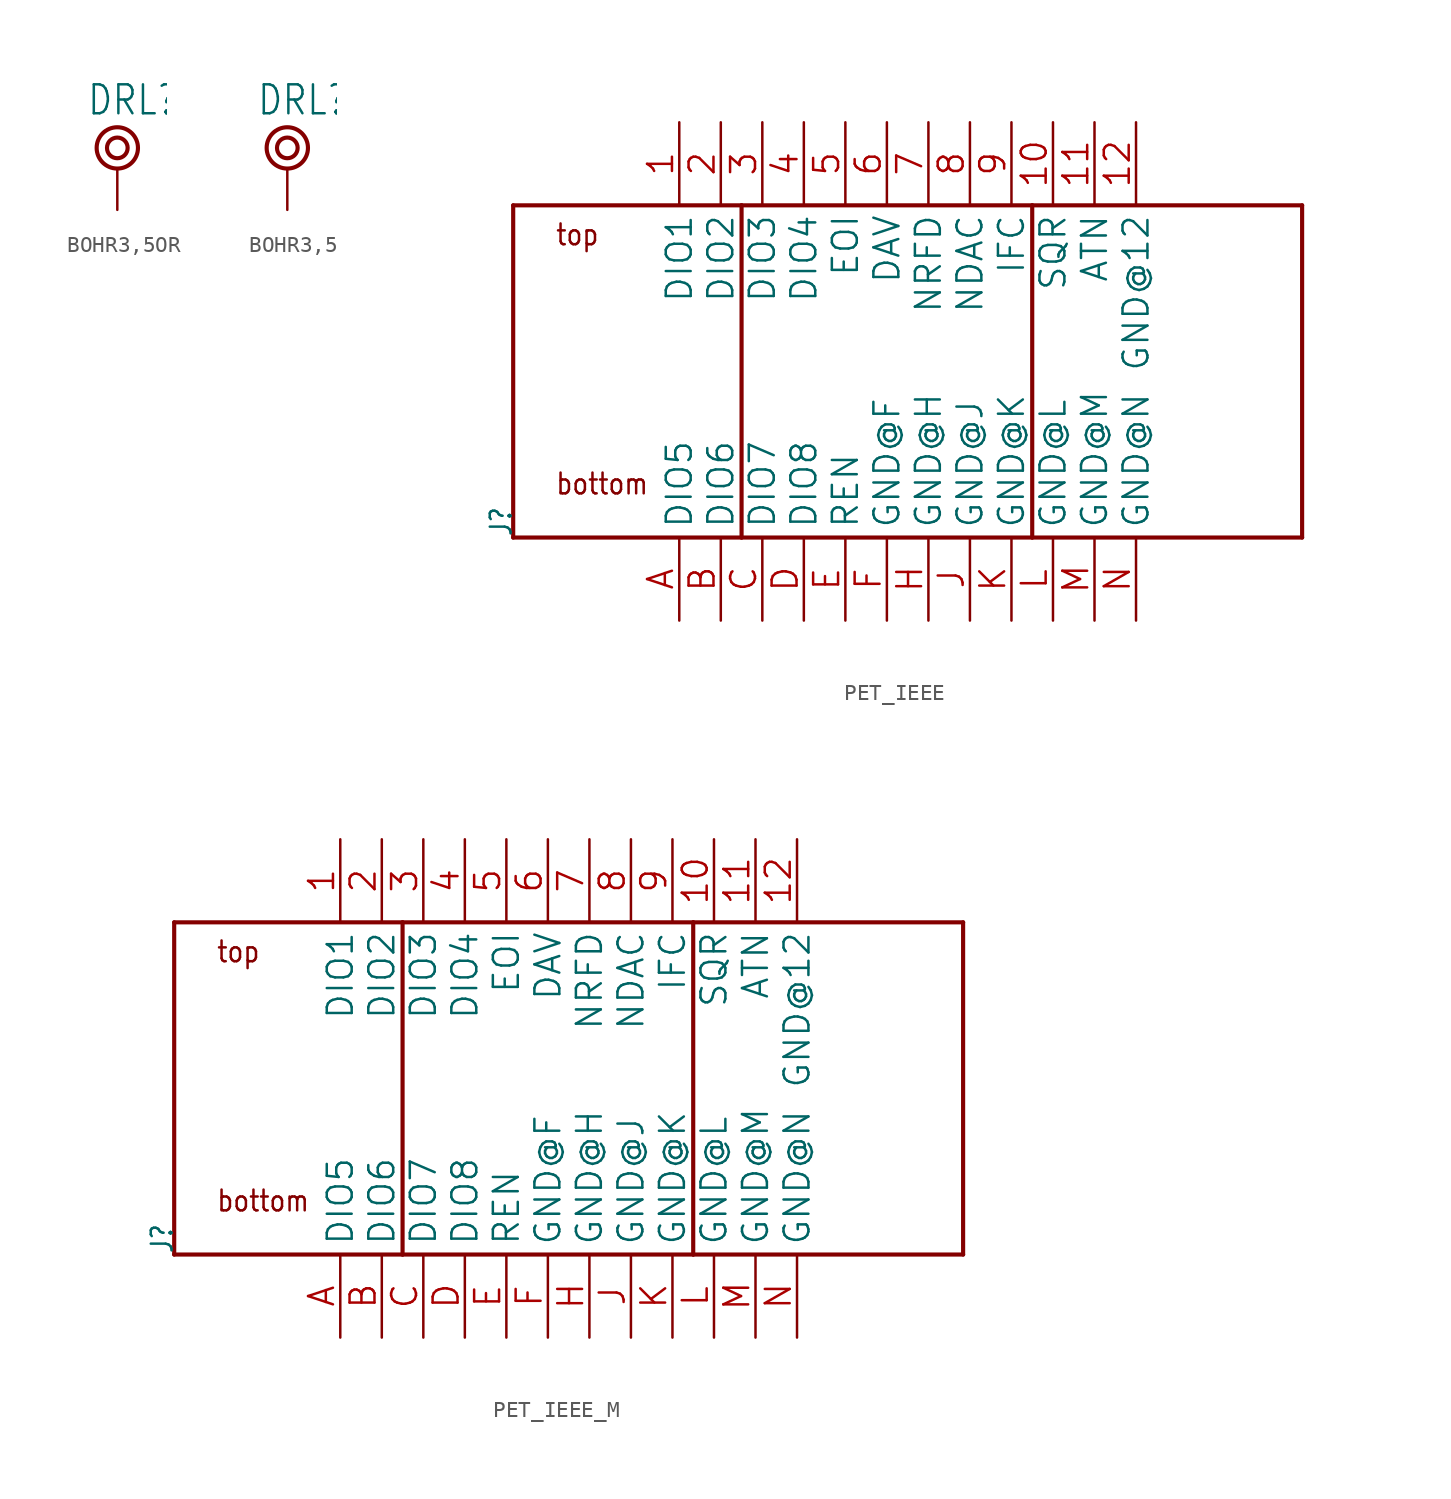
<source format=kicad_sym>
(kicad_symbol_lib
  (version 20241209)
  (generator "kicad_symbol_editor")
  (generator_version "9.0")
  (symbol "BOHR3,5OR"
    (property "Reference" "DRL"
      (at -1.905 1.905 0)
      (effects (font (size 1.778 1.511)) (justify left bottom)))
    (property "ki_locked" ""
      (at 0 0 0)
      (effects (font (size 1.27 1.27))))
    (symbol "BOHR3,5OR_1_0"
      (circle (center 0 0) (radius 0.635) (stroke (width 0.254) (type solid)) (fill (type none)))
      (circle (center 0 0) (radius 1.27) (stroke (width 0.254) (type solid)) (fill (type none)))
      (pin passive line (at 0 -3.81 90) (length 2.54) (name "P$1" (effects (font (size 0 0)))) (number "P$1" (effects (font (size 0 0)))))))
  (symbol "BOHR3,5"
    (property "Reference" "DRL"
      (at -1.905 1.905 0)
      (effects (font (size 1.778 1.511)) (justify left bottom)))
    (property "ki_locked" ""
      (at 0 0 0)
      (effects (font (size 1.27 1.27))))
    (symbol "BOHR3,5_1_0"
      (circle (center 0 0) (radius 0.635) (stroke (width 0.254) (type solid)) (fill (type none)))
      (circle (center 0 0) (radius 1.27) (stroke (width 0.254) (type solid)) (fill (type none)))
      (pin passive line (at 0 -3.81 90) (length 2.54) (name "P$1" (effects (font (size 0 0)))) (number "P$1" (effects (font (size 0 0)))))))
  (symbol "PET_IEEE"
    (property "Reference" "J"
      (at -22.86 -10.16 90)
      (effects (font (size 1.27 1.079)) (justify left bottom)))
    (property "Value" ""
      (at 25.4 -7.62 90)
      (effects (font (size 1.27 1.079)) (justify left bottom)))
    (property "ki_locked" ""
      (at 0 0 0)
      (effects (font (size 1.27 1.27))))
    (symbol "PET_IEEE_1_0"
      (polyline (pts (xy -22.86 10.16) (xy -8.89 10.16)) (stroke (width 0.254) (type solid)) (fill (type none)))
      (polyline (pts (xy -22.86 -10.16) (xy -22.86 10.16)) (stroke (width 0.254) (type solid)) (fill (type none)))
      (polyline (pts (xy -8.89 10.16) (xy -8.89 -10.16)) (stroke (width 0.254) (type solid)) (fill (type none)))
      (polyline (pts (xy -8.89 10.16) (xy 8.89 10.16)) (stroke (width 0.254) (type solid)) (fill (type none)))
      (polyline (pts (xy -8.89 -10.16) (xy -22.86 -10.16)) (stroke (width 0.254) (type solid)) (fill (type none)))
      (polyline (pts (xy 8.89 10.16) (xy 8.89 -10.16)) (stroke (width 0.254) (type solid)) (fill (type none)))
      (polyline (pts (xy 8.89 10.16) (xy 25.4 10.16)) (stroke (width 0.254) (type solid)) (fill (type none)))
      (polyline (pts (xy 8.89 -10.16) (xy -8.89 -10.16)) (stroke (width 0.254) (type solid)) (fill (type none)))
      (polyline (pts (xy 25.4 10.16) (xy 25.4 -10.16)) (stroke (width 0.254) (type solid)) (fill (type none)))
      (polyline (pts (xy 25.4 -10.16) (xy 8.89 -10.16)) (stroke (width 0.254) (type solid)) (fill (type none)))
      (text "top" (at -20.32 7.62 0) (effects (font (size 1.27 1.079)) (justify left bottom)))
      (text "bottom" (at -20.32 -7.62 0) (effects (font (size 1.27 1.079)) (justify left bottom)))
      (pin bidirectional line (at -12.7 15.24 270) (length 5.08) (name "DIO1" (effects (font (size 1.524 1.524)))) (number "1" (effects (font (size 1.524 1.524)))))
      (pin bidirectional line (at -12.7 -15.24 90) (length 5.08) (name "DIO5" (effects (font (size 1.524 1.524)))) (number "A" (effects (font (size 1.524 1.524)))))
      (pin bidirectional line (at -10.16 15.24 270) (length 5.08) (name "DIO2" (effects (font (size 1.524 1.524)))) (number "2" (effects (font (size 1.524 1.524)))))
      (pin bidirectional line (at -10.16 -15.24 90) (length 5.08) (name "DIO6" (effects (font (size 1.524 1.524)))) (number "B" (effects (font (size 1.524 1.524)))))
      (pin bidirectional line (at -7.62 15.24 270) (length 5.08) (name "DIO3" (effects (font (size 1.524 1.524)))) (number "3" (effects (font (size 1.524 1.524)))))
      (pin bidirectional line (at -7.62 -15.24 90) (length 5.08) (name "DIO7" (effects (font (size 1.524 1.524)))) (number "C" (effects (font (size 1.524 1.524)))))
      (pin bidirectional line (at -5.08 15.24 270) (length 5.08) (name "DIO4" (effects (font (size 1.524 1.524)))) (number "4" (effects (font (size 1.524 1.524)))))
      (pin bidirectional line (at -5.08 -15.24 90) (length 5.08) (name "DIO8" (effects (font (size 1.524 1.524)))) (number "D" (effects (font (size 1.524 1.524)))))
      (pin input line (at -2.54 15.24 270) (length 5.08) (name "EOI" (effects (font (size 1.524 1.524)))) (number "5" (effects (font (size 1.524 1.524)))))
      (pin bidirectional line (at -2.54 -15.24 90) (length 5.08) (name "REN" (effects (font (size 1.524 1.524)))) (number "E" (effects (font (size 1.524 1.524)))))
      (pin bidirectional line (at 0 15.24 270) (length 5.08) (name "DAV" (effects (font (size 1.524 1.524)))) (number "6" (effects (font (size 1.524 1.524)))))
      (pin power_in line (at 0 -15.24 90) (length 5.08) (name "GND@F" (effects (font (size 1.524 1.524)))) (number "F" (effects (font (size 1.524 1.524)))))
      (pin bidirectional line (at 2.54 15.24 270) (length 5.08) (name "NRFD" (effects (font (size 1.524 1.524)))) (number "7" (effects (font (size 1.524 1.524)))))
      (pin power_in line (at 2.54 -15.24 90) (length 5.08) (name "GND@H" (effects (font (size 1.524 1.524)))) (number "H" (effects (font (size 1.524 1.524)))))
      (pin bidirectional line (at 5.08 15.24 270) (length 5.08) (name "NDAC" (effects (font (size 1.524 1.524)))) (number "8" (effects (font (size 1.524 1.524)))))
      (pin power_in line (at 5.08 -15.24 90) (length 5.08) (name "GND@J" (effects (font (size 1.524 1.524)))) (number "J" (effects (font (size 1.524 1.524)))))
      (pin bidirectional line (at 7.62 15.24 270) (length 5.08) (name "IFC" (effects (font (size 1.524 1.524)))) (number "9" (effects (font (size 1.524 1.524)))))
      (pin power_in line (at 7.62 -15.24 90) (length 5.08) (name "GND@K" (effects (font (size 1.524 1.524)))) (number "K" (effects (font (size 1.524 1.524)))))
      (pin bidirectional line (at 10.16 15.24 270) (length 5.08) (name "SQR" (effects (font (size 1.524 1.524)))) (number "10" (effects (font (size 1.524 1.524)))))
      (pin power_in line (at 10.16 -15.24 90) (length 5.08) (name "GND@L" (effects (font (size 1.524 1.524)))) (number "L" (effects (font (size 1.524 1.524)))))
      (pin output line (at 12.7 15.24 270) (length 5.08) (name "ATN" (effects (font (size 1.524 1.524)))) (number "11" (effects (font (size 1.524 1.524)))))
      (pin power_in line (at 12.7 -15.24 90) (length 5.08) (name "GND@M" (effects (font (size 1.524 1.524)))) (number "M" (effects (font (size 1.524 1.524)))))
      (pin power_in line (at 15.24 15.24 270) (length 5.08) (name "GND@12" (effects (font (size 1.524 1.524)))) (number "12" (effects (font (size 1.524 1.524)))))
      (pin power_in line (at 15.24 -15.24 90) (length 5.08) (name "GND@N" (effects (font (size 1.524 1.524)))) (number "N" (effects (font (size 1.524 1.524)))))))
  (symbol "PET_IEEE_M"
    (property "Reference" "J"
      (at -22.86 -10.16 90)
      (effects (font (size 1.27 1.079)) (justify left bottom)))
    (property "Value" ""
      (at 25.4 -7.62 90)
      (effects (font (size 1.27 1.079)) (justify left bottom)))
    (property "ki_locked" ""
      (at 0 0 0)
      (effects (font (size 1.27 1.27))))
    (symbol "PET_IEEE_M_1_0"
      (polyline (pts (xy -22.86 10.16) (xy -8.89 10.16)) (stroke (width 0.254) (type solid)) (fill (type none)))
      (polyline (pts (xy -22.86 -10.16) (xy -22.86 10.16)) (stroke (width 0.254) (type solid)) (fill (type none)))
      (polyline (pts (xy -8.89 10.16) (xy -8.89 -10.16)) (stroke (width 0.254) (type solid)) (fill (type none)))
      (polyline (pts (xy -8.89 10.16) (xy 8.89 10.16)) (stroke (width 0.254) (type solid)) (fill (type none)))
      (polyline (pts (xy -8.89 -10.16) (xy -22.86 -10.16)) (stroke (width 0.254) (type solid)) (fill (type none)))
      (polyline (pts (xy 8.89 10.16) (xy 8.89 -10.16)) (stroke (width 0.254) (type solid)) (fill (type none)))
      (polyline (pts (xy 8.89 10.16) (xy 25.4 10.16)) (stroke (width 0.254) (type solid)) (fill (type none)))
      (polyline (pts (xy 8.89 -10.16) (xy -8.89 -10.16)) (stroke (width 0.254) (type solid)) (fill (type none)))
      (polyline (pts (xy 25.4 10.16) (xy 25.4 -10.16)) (stroke (width 0.254) (type solid)) (fill (type none)))
      (polyline (pts (xy 25.4 -10.16) (xy 8.89 -10.16)) (stroke (width 0.254) (type solid)) (fill (type none)))
      (text "top" (at -20.32 7.62 0) (effects (font (size 1.27 1.079)) (justify left bottom)))
      (text "bottom" (at -20.32 -7.62 0) (effects (font (size 1.27 1.079)) (justify left bottom)))
      (pin bidirectional line (at -12.7 15.24 270) (length 5.08) (name "DIO1" (effects (font (size 1.524 1.524)))) (number "1" (effects (font (size 1.524 1.524)))))
      (pin bidirectional line (at -12.7 -15.24 90) (length 5.08) (name "DIO5" (effects (font (size 1.524 1.524)))) (number "A" (effects (font (size 1.524 1.524)))))
      (pin bidirectional line (at -10.16 15.24 270) (length 5.08) (name "DIO2" (effects (font (size 1.524 1.524)))) (number "2" (effects (font (size 1.524 1.524)))))
      (pin bidirectional line (at -10.16 -15.24 90) (length 5.08) (name "DIO6" (effects (font (size 1.524 1.524)))) (number "B" (effects (font (size 1.524 1.524)))))
      (pin bidirectional line (at -7.62 15.24 270) (length 5.08) (name "DIO3" (effects (font (size 1.524 1.524)))) (number "3" (effects (font (size 1.524 1.524)))))
      (pin bidirectional line (at -7.62 -15.24 90) (length 5.08) (name "DIO7" (effects (font (size 1.524 1.524)))) (number "C" (effects (font (size 1.524 1.524)))))
      (pin bidirectional line (at -5.08 15.24 270) (length 5.08) (name "DIO4" (effects (font (size 1.524 1.524)))) (number "4" (effects (font (size 1.524 1.524)))))
      (pin bidirectional line (at -5.08 -15.24 90) (length 5.08) (name "DIO8" (effects (font (size 1.524 1.524)))) (number "D" (effects (font (size 1.524 1.524)))))
      (pin input line (at -2.54 15.24 270) (length 5.08) (name "EOI" (effects (font (size 1.524 1.524)))) (number "5" (effects (font (size 1.524 1.524)))))
      (pin bidirectional line (at -2.54 -15.24 90) (length 5.08) (name "REN" (effects (font (size 1.524 1.524)))) (number "E" (effects (font (size 1.524 1.524)))))
      (pin bidirectional line (at 0 15.24 270) (length 5.08) (name "DAV" (effects (font (size 1.524 1.524)))) (number "6" (effects (font (size 1.524 1.524)))))
      (pin power_in line (at 0 -15.24 90) (length 5.08) (name "GND@F" (effects (font (size 1.524 1.524)))) (number "F" (effects (font (size 1.524 1.524)))))
      (pin bidirectional line (at 2.54 15.24 270) (length 5.08) (name "NRFD" (effects (font (size 1.524 1.524)))) (number "7" (effects (font (size 1.524 1.524)))))
      (pin power_in line (at 2.54 -15.24 90) (length 5.08) (name "GND@H" (effects (font (size 1.524 1.524)))) (number "H" (effects (font (size 1.524 1.524)))))
      (pin bidirectional line (at 5.08 15.24 270) (length 5.08) (name "NDAC" (effects (font (size 1.524 1.524)))) (number "8" (effects (font (size 1.524 1.524)))))
      (pin power_in line (at 5.08 -15.24 90) (length 5.08) (name "GND@J" (effects (font (size 1.524 1.524)))) (number "J" (effects (font (size 1.524 1.524)))))
      (pin bidirectional line (at 7.62 15.24 270) (length 5.08) (name "IFC" (effects (font (size 1.524 1.524)))) (number "9" (effects (font (size 1.524 1.524)))))
      (pin power_in line (at 7.62 -15.24 90) (length 5.08) (name "GND@K" (effects (font (size 1.524 1.524)))) (number "K" (effects (font (size 1.524 1.524)))))
      (pin bidirectional line (at 10.16 15.24 270) (length 5.08) (name "SQR" (effects (font (size 1.524 1.524)))) (number "10" (effects (font (size 1.524 1.524)))))
      (pin power_in line (at 10.16 -15.24 90) (length 5.08) (name "GND@L" (effects (font (size 1.524 1.524)))) (number "L" (effects (font (size 1.524 1.524)))))
      (pin output line (at 12.7 15.24 270) (length 5.08) (name "ATN" (effects (font (size 1.524 1.524)))) (number "11" (effects (font (size 1.524 1.524)))))
      (pin power_in line (at 12.7 -15.24 90) (length 5.08) (name "GND@M" (effects (font (size 1.524 1.524)))) (number "M" (effects (font (size 1.524 1.524)))))
      (pin power_in line (at 15.24 15.24 270) (length 5.08) (name "GND@12" (effects (font (size 1.524 1.524)))) (number "12" (effects (font (size 1.524 1.524)))))
      (pin power_in line (at 15.24 -15.24 90) (length 5.08) (name "GND@N" (effects (font (size 1.524 1.524)))) (number "N" (effects (font (size 1.524 1.524))))))))
</source>
